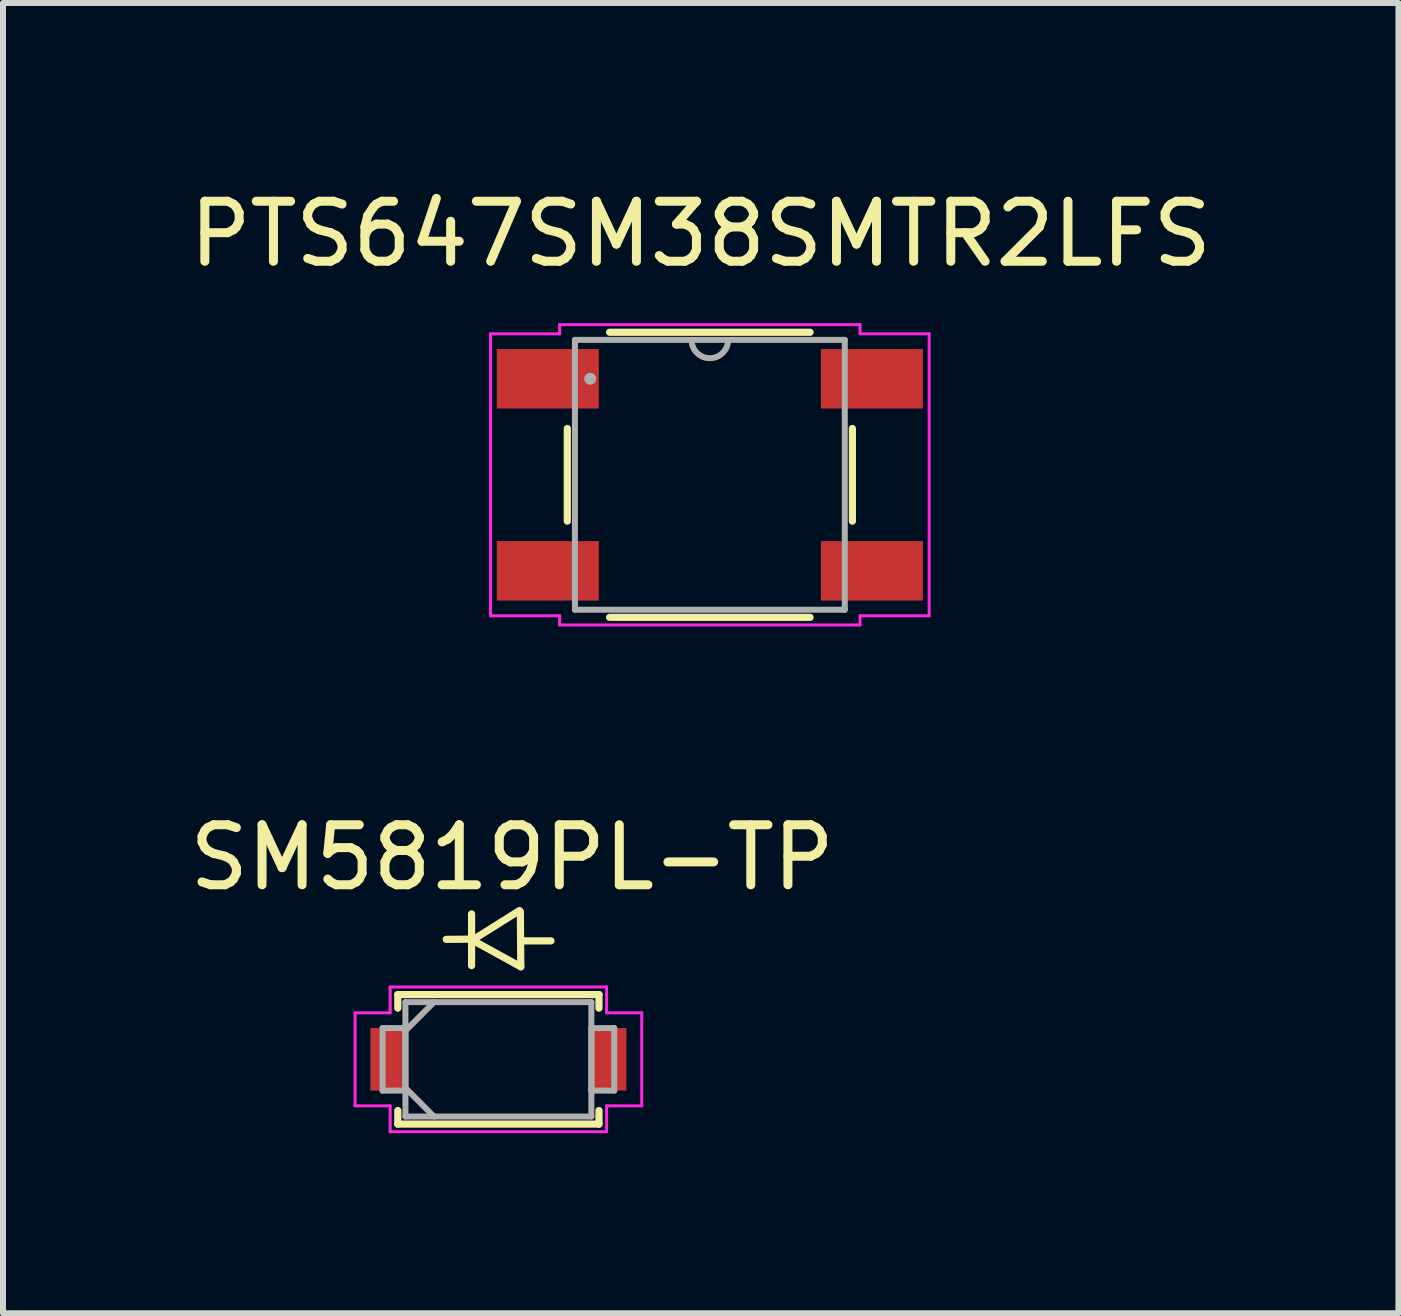
<source format=kicad_pcb>
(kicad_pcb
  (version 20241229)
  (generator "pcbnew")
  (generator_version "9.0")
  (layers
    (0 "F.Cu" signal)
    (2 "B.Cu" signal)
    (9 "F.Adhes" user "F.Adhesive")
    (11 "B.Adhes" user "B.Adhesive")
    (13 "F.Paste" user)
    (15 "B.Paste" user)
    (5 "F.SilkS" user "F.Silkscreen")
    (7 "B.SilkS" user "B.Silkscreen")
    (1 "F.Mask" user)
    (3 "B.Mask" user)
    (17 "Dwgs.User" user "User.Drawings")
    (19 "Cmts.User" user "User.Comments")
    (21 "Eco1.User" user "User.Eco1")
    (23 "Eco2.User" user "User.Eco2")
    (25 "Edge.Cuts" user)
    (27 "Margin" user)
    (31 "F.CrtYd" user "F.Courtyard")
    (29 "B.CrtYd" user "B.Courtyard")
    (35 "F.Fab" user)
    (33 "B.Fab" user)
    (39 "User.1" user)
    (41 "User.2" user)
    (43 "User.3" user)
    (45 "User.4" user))
  (footprint "SM5819PL-TP"
    (layer "F.Cu")
    (at 5.254 14.6)
    (property "Reference" "SM5819PL-TP" (at 0.229 -3.363 0) (layer "F.SilkS") (effects (font (size 1 1) (thickness 0.15))))
    (attr through_hole)
    (fp_line (start -1.676 -1.079) (end -1.676 -0.853) (stroke (width 0.12) (type solid)) (layer "F.SilkS"))
    (fp_line (start -1.676 0.853) (end -1.676 1.079) (stroke (width 0.12) (type solid)) (layer "F.SilkS"))
    (fp_line (start -1.676 1.079) (end 1.676 1.079) (stroke (width 0.12) (type solid)) (layer "F.SilkS"))
    (fp_line (start -0.447 -1.562) (end -0.447 -2.423) (stroke (width 0.12) (type solid)) (layer "F.SilkS"))
    (fp_line (start -0.439 -2.002) (end -0.869 -1.999) (stroke (width 0.12) (type solid)) (layer "F.SilkS"))
    (fp_line (start -0.434 -1.986) (end 0.351 -2.479) (stroke (width 0.12) (type solid)) (layer "F.SilkS"))
    (fp_line (start 0.366 -2.459) (end 0.373 -1.542) (stroke (width 0.12) (type solid)) (layer "F.SilkS"))
    (fp_line (start 0.373 -1.542) (end -0.434 -1.986) (stroke (width 0.12) (type solid)) (layer "F.SilkS"))
    (fp_line (start 0.401 -1.974) (end 0.876 -1.974) (stroke (width 0.12) (type solid)) (layer "F.SilkS"))
    (fp_line (start 1.676 -1.079) (end -1.676 -1.079) (stroke (width 0.12) (type solid)) (layer "F.SilkS"))
    (fp_line (start 1.676 -0.853) (end 1.676 -1.079) (stroke (width 0.12) (type solid)) (layer "F.SilkS"))
    (fp_line (start 1.676 1.079) (end 1.676 0.853) (stroke (width 0.12) (type solid)) (layer "F.SilkS"))
    (fp_line (start -2.388 -0.775) (end -1.803 -0.775) (stroke (width 0.05) (type solid)) (layer "F.CrtYd"))
    (fp_line (start -2.388 0.775) (end -2.388 -0.775) (stroke (width 0.05) (type solid)) (layer "F.CrtYd"))
    (fp_line (start -1.803 -1.206) (end 1.803 -1.206) (stroke (width 0.05) (type solid)) (layer "F.CrtYd"))
    (fp_line (start -1.803 -0.775) (end -1.803 -1.206) (stroke (width 0.05) (type solid)) (layer "F.CrtYd"))
    (fp_line (start -1.803 0.775) (end -2.388 0.775) (stroke (width 0.05) (type solid)) (layer "F.CrtYd"))
    (fp_line (start -1.803 1.206) (end -1.803 0.775) (stroke (width 0.05) (type solid)) (layer "F.CrtYd"))
    (fp_line (start 1.803 -1.206) (end 1.803 -0.775) (stroke (width 0.05) (type solid)) (layer "F.CrtYd"))
    (fp_line (start 1.803 -0.775) (end 2.388 -0.775) (stroke (width 0.05) (type solid)) (layer "F.CrtYd"))
    (fp_line (start 1.803 0.775) (end 1.803 1.206) (stroke (width 0.05) (type solid)) (layer "F.CrtYd"))
    (fp_line (start 1.803 1.206) (end -1.803 1.206) (stroke (width 0.05) (type solid)) (layer "F.CrtYd"))
    (fp_line (start 2.388 -0.775) (end 2.388 0.775) (stroke (width 0.05) (type solid)) (layer "F.CrtYd"))
    (fp_line (start 2.388 0.775) (end 1.803 0.775) (stroke (width 0.05) (type solid)) (layer "F.CrtYd"))
    (fp_line (start -1.93 -0.521) (end -1.93 0.521) (stroke (width 0.1) (type solid)) (layer "F.Fab"))
    (fp_line (start -1.93 0.521) (end -1.549 0.521) (stroke (width 0.1) (type solid)) (layer "F.Fab"))
    (fp_line (start -1.549 -0.953) (end -1.549 0.953) (stroke (width 0.1) (type solid)) (layer "F.Fab"))
    (fp_line (start -1.549 -0.521) (end -1.93 -0.521) (stroke (width 0.1) (type solid)) (layer "F.Fab"))
    (fp_line (start -1.549 -0.476) (end -1.073 -0.953) (stroke (width 0.1) (type solid)) (layer "F.Fab"))
    (fp_line (start -1.549 0.476) (end -1.073 0.953) (stroke (width 0.1) (type solid)) (layer "F.Fab"))
    (fp_line (start -1.549 0.521) (end -1.549 -0.521) (stroke (width 0.1) (type solid)) (layer "F.Fab"))
    (fp_line (start -1.549 0.953) (end 1.549 0.953) (stroke (width 0.1) (type solid)) (layer "F.Fab"))
    (fp_line (start 1.549 -0.953) (end -1.549 -0.953) (stroke (width 0.1) (type solid)) (layer "F.Fab"))
    (fp_line (start 1.549 -0.521) (end 1.549 0.521) (stroke (width 0.1) (type solid)) (layer "F.Fab"))
    (fp_line (start 1.549 0.521) (end 1.93 0.521) (stroke (width 0.1) (type solid)) (layer "F.Fab"))
    (fp_line (start 1.549 0.953) (end 1.549 -0.953) (stroke (width 0.1) (type solid)) (layer "F.Fab"))
    (fp_line (start 1.93 -0.521) (end 1.549 -0.521) (stroke (width 0.1) (type solid)) (layer "F.Fab"))
    (fp_line (start 1.93 0.521) (end 1.93 -0.521) (stroke (width 0.1) (type solid)) (layer "F.Fab"))
    (pad "1" smd rect (at -1.841 0) (size 0.584 1.041) (layers "F.Cu" "F.Mask" "F.Paste"))
    (pad "2" smd rect (at 1.841 0) (size 0.584 1.041) (layers "F.Cu" "F.Mask" "F.Paste")))
  (footprint "PTS647SM38SMTR2LFS"
    (layer "F.Cu")
    (at 8.777 4.861)
    (property "Reference" "PTS647SM38SMTR2LFS" (at -0.152 -4.013 0) (layer "F.SilkS") (effects (font (size 1 1) (thickness 0.15))))
    (attr through_hole)
    (fp_line (start -2.375 -0.772) (end -2.375 0.772) (stroke (width 0.12) (type solid)) (layer "F.SilkS"))
    (fp_line (start -1.67 2.375) (end 1.67 2.375) (stroke (width 0.12) (type solid)) (layer "F.SilkS"))
    (fp_line (start 1.67 -2.375) (end -1.67 -2.375) (stroke (width 0.12) (type solid)) (layer "F.SilkS"))
    (fp_line (start 2.375 0.772) (end 2.375 -0.772) (stroke (width 0.12) (type solid)) (layer "F.SilkS"))
    (fp_line (start -3.654 -2.349) (end -2.502 -2.349) (stroke (width 0.05) (type solid)) (layer "F.CrtYd"))
    (fp_line (start -3.654 2.349) (end -3.654 -2.349) (stroke (width 0.05) (type solid)) (layer "F.CrtYd"))
    (fp_line (start -2.502 -2.502) (end 2.502 -2.502) (stroke (width 0.05) (type solid)) (layer "F.CrtYd"))
    (fp_line (start -2.502 -2.349) (end -2.502 -2.502) (stroke (width 0.05) (type solid)) (layer "F.CrtYd"))
    (fp_line (start -2.502 2.349) (end -3.654 2.349) (stroke (width 0.05) (type solid)) (layer "F.CrtYd"))
    (fp_line (start -2.502 2.502) (end -2.502 2.349) (stroke (width 0.05) (type solid)) (layer "F.CrtYd"))
    (fp_line (start 2.502 -2.502) (end 2.502 -2.349) (stroke (width 0.05) (type solid)) (layer "F.CrtYd"))
    (fp_line (start 2.502 -2.349) (end 3.654 -2.349) (stroke (width 0.05) (type solid)) (layer "F.CrtYd"))
    (fp_line (start 2.502 2.349) (end 2.502 2.502) (stroke (width 0.05) (type solid)) (layer "F.CrtYd"))
    (fp_line (start 2.502 2.502) (end -2.502 2.502) (stroke (width 0.05) (type solid)) (layer "F.CrtYd"))
    (fp_line (start 3.654 -2.349) (end 3.654 2.349) (stroke (width 0.05) (type solid)) (layer "F.CrtYd"))
    (fp_line (start 3.654 2.349) (end 2.502 2.349) (stroke (width 0.05) (type solid)) (layer "F.CrtYd"))
    (fp_line (start -2.248 -2.248) (end -2.248 2.248) (stroke (width 0.1) (type solid)) (layer "F.Fab"))
    (fp_line (start -2.248 2.248) (end 2.248 2.248) (stroke (width 0.1) (type solid)) (layer "F.Fab"))
    (fp_line (start 2.248 -2.248) (end -2.248 -2.248) (stroke (width 0.1) (type solid)) (layer "F.Fab"))
    (fp_line (start 2.248 2.248) (end 2.248 -2.248) (stroke (width 0.1) (type solid)) (layer "F.Fab"))
    (fp_arc (start 0.3048 -2.2479) (mid 0 -1.9431) (end -0.3048 -2.2479) (stroke (width 0.1) (type solid)) (layer "F.Fab"))
    (fp_circle (center -1.994 -1.6) (end -1.994 -1.6) (stroke (width 0.1) (type solid)) (fill no) (layer "F.Fab"))
    (pad "1" smd rect (at -2.7 -1.6) (size 1.7 0.991) (layers "F.Cu" "F.Mask" "F.Paste"))
    (pad "2" smd rect (at 2.7 -1.6) (size 1.7 0.991) (layers "F.Cu" "F.Mask" "F.Paste"))
    (pad "3" smd rect (at -2.7 1.6) (size 1.7 0.991) (layers "F.Cu" "F.Mask" "F.Paste"))
    (pad "4" smd rect (at 2.7 1.6) (size 1.7 0.991) (layers "F.Cu" "F.Mask" "F.Paste")))
  (gr_rect
    (start -3 -3)
    (end 20.25 18.831)
    (stroke (width 0.1) (type default))
    (fill no)
    (layer "Edge.Cuts")))
</source>
